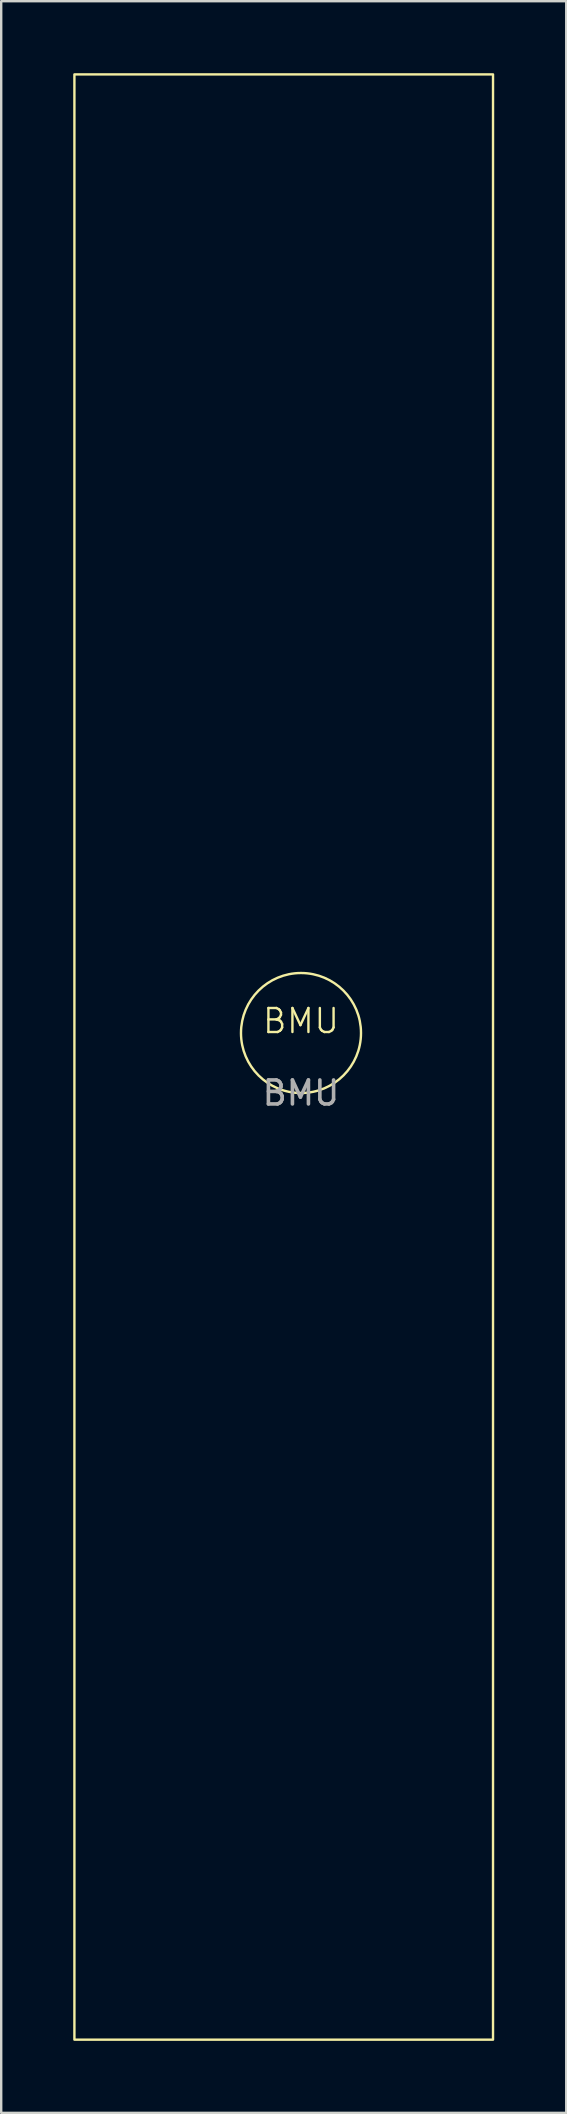
<source format=kicad_pcb>
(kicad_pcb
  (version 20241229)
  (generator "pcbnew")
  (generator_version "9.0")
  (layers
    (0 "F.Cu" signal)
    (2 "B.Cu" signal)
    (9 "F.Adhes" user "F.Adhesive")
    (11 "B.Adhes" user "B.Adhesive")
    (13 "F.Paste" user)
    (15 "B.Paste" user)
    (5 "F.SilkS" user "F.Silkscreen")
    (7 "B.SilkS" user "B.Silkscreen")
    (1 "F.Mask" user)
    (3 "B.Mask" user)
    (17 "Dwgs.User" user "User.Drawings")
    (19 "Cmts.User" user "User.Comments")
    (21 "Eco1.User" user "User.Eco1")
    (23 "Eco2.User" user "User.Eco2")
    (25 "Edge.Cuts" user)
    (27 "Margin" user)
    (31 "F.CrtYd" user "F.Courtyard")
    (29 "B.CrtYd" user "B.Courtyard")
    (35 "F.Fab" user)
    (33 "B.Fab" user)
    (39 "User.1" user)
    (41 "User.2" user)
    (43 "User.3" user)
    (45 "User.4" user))
  (footprint "BMU"
    (layer "F.Cu")
    (at 9.49 39.987)
    (property "Reference" "BMU" (at 0 -0.5 0) (unlocked yes) (layer "F.SilkS") (effects (font (size 1 1) (thickness 0.1))))
    (attr smd)
    (fp_rect (start -9.44 -39.938) (end 8 41.938) (stroke (width 0.1) (type default)) (fill no) (layer "F.SilkS"))
    (fp_circle (center 0 0) (end 2.5 0) (stroke (width 0.1) (type default)) (fill no) (layer "F.SilkS"))
    (fp_text user "${REFERENCE}" (at 0 2.5 0) (unlocked yes) (layer "F.Fab") (effects (font (size 1 1) (thickness 0.15)))))
  (gr_rect
    (start -3 -3)
    (end 20.54 84.975)
    (stroke (width 0.1) (type default))
    (fill no)
    (layer "Edge.Cuts")))
</source>
